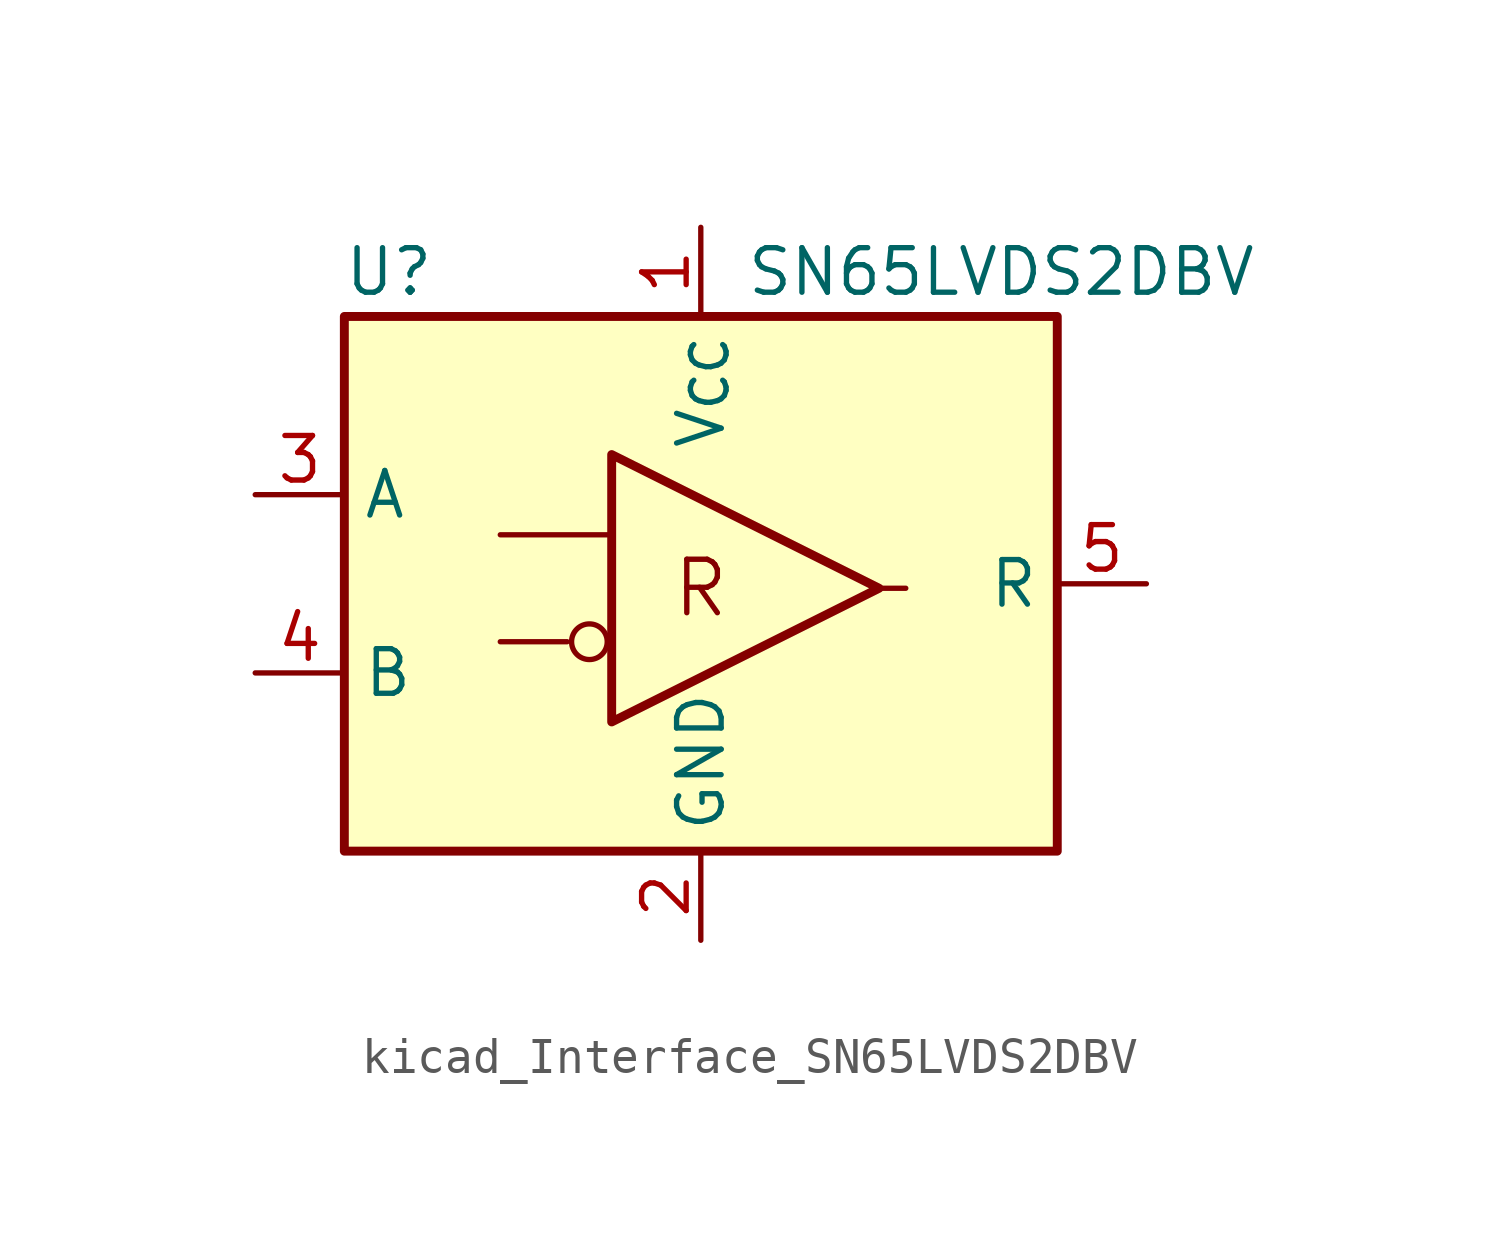
<source format=kicad_sym>
(kicad_symbol_lib
  (version 20220914)
  (generator kicad_symbol_editor)
  (symbol "kicad_Interface_SN65LVDS2DBV"
    (property "Reference" "U"
      (at -8.89 8.89 0)
      (effects (font (size 1.27 1.27))))
    (property "Value" "SN65LVDS2DBV"
      (at 1.27 8.89 0)
      (effects (font (size 1.27 1.27)) (justify left)))
    (symbol "kicad_Interface_SN65LVDS2DBV_1_0"
      (rectangle (start -10.16 7.62) (end 10.16 -7.62) (stroke (width 0.254) (type default) (color 0 0 0 0)) (fill (type background)))
      (circle (center -3.175 -1.651) (radius 0.508) (stroke (width 0) (type default) (color 0 0 0 0)) (fill (type none)))
      (text "R" (at 0 -0.127 0) (effects (font (size 1.524 1.524)))))
    (symbol "kicad_Interface_SN65LVDS2DBV_1_1"
      (polyline (pts (xy -5.715 -1.651) (xy -3.81 -1.651)) (stroke (width 0) (type default) (color 0 0 0 0)) (fill (type none)))
      (polyline (pts (xy -5.715 1.397) (xy -2.667 1.397)) (stroke (width 0) (type default) (color 0 0 0 0)) (fill (type none)))
      (polyline (pts (xy 5.842 -0.127) (xy 5.08 -0.127)) (stroke (width 0) (type default) (color 0 0 0 0)) (fill (type none)))
      (polyline (pts (xy -2.54 -3.937) (xy -2.54 3.683) (xy 5.08 -0.127) (xy -2.54 -3.937)) (stroke (width 0.254) (type default) (color 0 0 0 0)) (fill (type none)))
      (pin power_in line (at 0 10.16 270) (length 2.54) (name "V_{CC}" (effects (font (size 1.27 1.27)))) (number "1" (effects (font (size 1.27 1.27)))))
      (pin power_in line (at 0 -10.16 90) (length 2.54) (name "GND" (effects (font (size 1.27 1.27)))) (number "2" (effects (font (size 1.27 1.27)))))
      (pin input line (at -12.7 2.54 0) (length 2.54) (name "A" (effects (font (size 1.27 1.27)))) (number "3" (effects (font (size 1.27 1.27)))))
      (pin input line (at -12.7 -2.54 0) (length 2.54) (name "B" (effects (font (size 1.27 1.27)))) (number "4" (effects (font (size 1.27 1.27)))))
      (pin output line (at 12.7 0 180) (length 2.54) (name "R" (effects (font (size 1.27 1.27)))) (number "5" (effects (font (size 1.27 1.27))))))))
</source>
